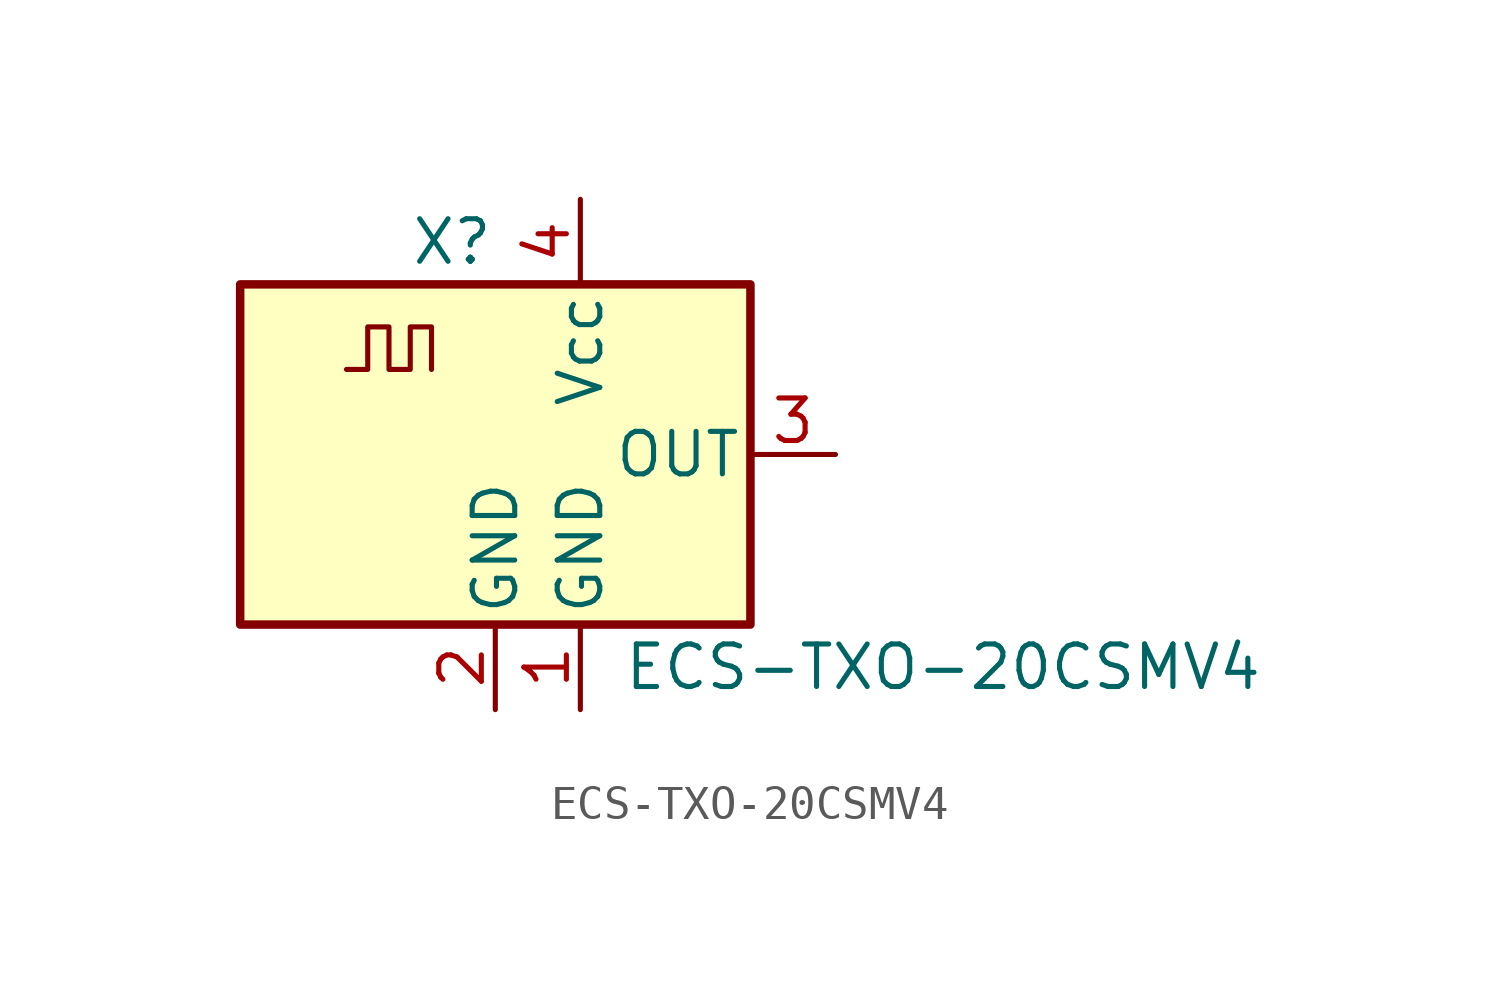
<source format=kicad_sym>
(kicad_symbol_lib
  (version 20220914)
  (generator kicad_symbol_editor)
  (symbol "ECS-TXO-20CSMV4"
    (pin_names
      (offset 0.254))
    (property "Reference" "X"
      (at -5.08 6.35 0)
      (effects (font (size 1.27 1.27)) (justify left)))
    (property "Value" "ECS-TXO-20CSMV4"
      (at 1.27 -6.35 0)
      (effects (font (size 1.27 1.27)) (justify left)))
    (symbol "ECS-TXO-20CSMV4_0_1"
      (rectangle (start -10.16 5.08) (end 5.08 -5.08) (stroke (width 0.254) (type default)) (fill (type background)))
      (polyline (pts (xy -6.985 2.54) (xy -6.35 2.54) (xy -6.35 3.81) (xy -5.715 3.81) (xy -5.715 2.54) (xy -5.08 2.54) (xy -5.08 3.81) (xy -4.445 3.81) (xy -4.445 2.54)) (stroke (width 0) (type default)) (fill (type none))))
    (symbol "ECS-TXO-20CSMV4_1_1"
      (pin power_in line (at 0 -7.62 90) (length 2.54) (name "GND" (effects (font (size 1.27 1.27)))) (number "1" (effects (font (size 1.27 1.27)))))
      (pin power_in line (at -2.54 -7.62 90) (length 2.54) (name "GND" (effects (font (size 1.27 1.27)))) (number "2" (effects (font (size 1.27 1.27)))))
      (pin output line (at 7.62 0 180) (length 2.54) (name "OUT" (effects (font (size 1.27 1.27)))) (number "3" (effects (font (size 1.27 1.27)))))
      (pin power_in line (at 0 7.62 270) (length 2.54) (name "Vcc" (effects (font (size 1.27 1.27)))) (number "4" (effects (font (size 1.27 1.27))))))))
</source>
